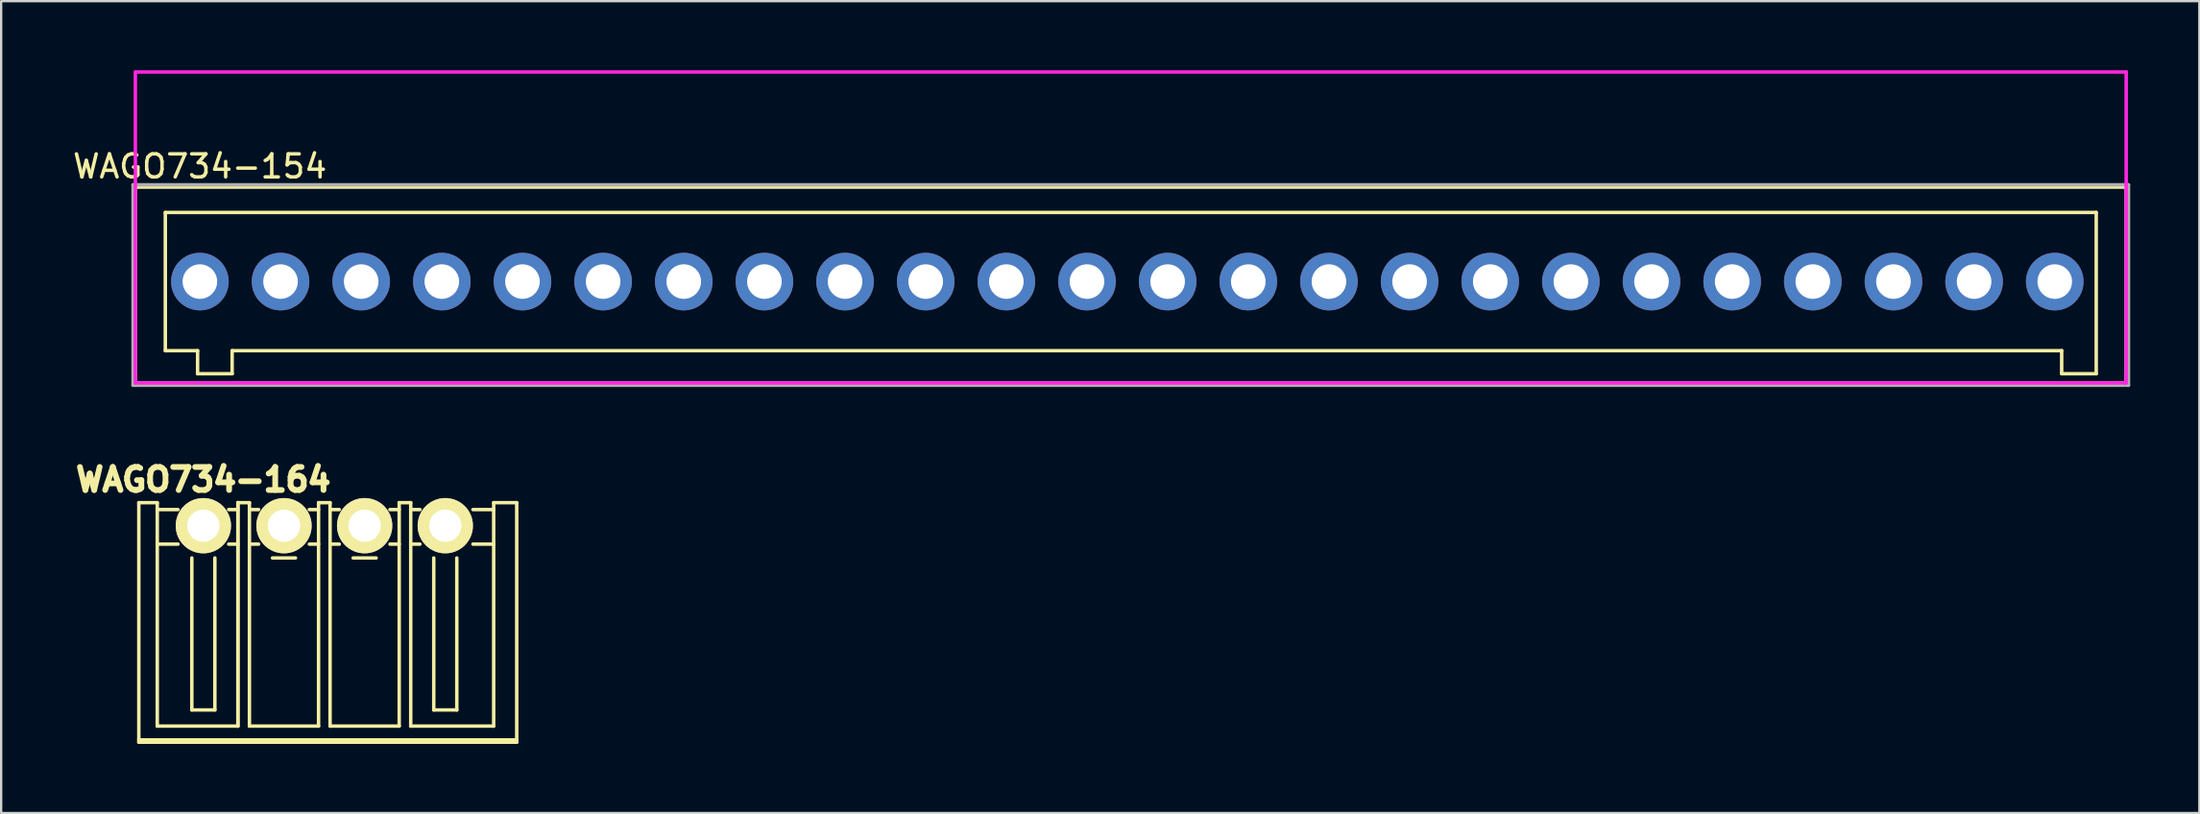
<source format=kicad_pcb>
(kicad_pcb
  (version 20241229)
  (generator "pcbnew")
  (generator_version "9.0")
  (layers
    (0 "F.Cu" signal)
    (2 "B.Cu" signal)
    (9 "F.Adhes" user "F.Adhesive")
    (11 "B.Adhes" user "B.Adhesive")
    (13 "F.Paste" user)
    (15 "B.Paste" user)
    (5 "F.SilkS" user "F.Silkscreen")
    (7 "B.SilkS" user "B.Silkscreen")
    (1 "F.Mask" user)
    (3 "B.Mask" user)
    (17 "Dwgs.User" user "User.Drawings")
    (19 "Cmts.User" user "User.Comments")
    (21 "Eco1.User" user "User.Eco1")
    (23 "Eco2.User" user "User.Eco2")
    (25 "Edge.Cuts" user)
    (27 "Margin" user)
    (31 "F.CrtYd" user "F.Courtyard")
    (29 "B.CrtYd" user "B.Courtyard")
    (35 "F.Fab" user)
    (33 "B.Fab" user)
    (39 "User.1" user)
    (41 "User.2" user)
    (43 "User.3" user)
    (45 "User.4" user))
  (footprint "WAGO734-154"
    (layer "F.Cu")
    (at 5.625 9.175)
    (property "Reference" "WAGO734-154" (at 0 -5 0) (layer "F.SilkS") (effects (font (size 1 1) (thickness 0.15))))
    (attr through_hole)
    (fp_line (start -2.8 4.4) (end -2.8 -4.1) (stroke (width 0.15) (type solid)) (layer "F.SilkS"))
    (fp_line (start -1.5 -3) (end -1.5 3) (stroke (width 0.15) (type solid)) (layer "F.SilkS"))
    (fp_line (start -1.5 3) (end -0.1 3) (stroke (width 0.15) (type solid)) (layer "F.SilkS"))
    (fp_line (start -0.1 3) (end -0.1 4) (stroke (width 0.15) (type solid)) (layer "F.SilkS"))
    (fp_line (start -0.1 4) (end 1.4 4) (stroke (width 0.15) (type solid)) (layer "F.SilkS"))
    (fp_line (start 1.4 3) (end 80.8 3) (stroke (width 0.15) (type solid)) (layer "F.SilkS"))
    (fp_line (start 1.4 4) (end 1.4 3) (stroke (width 0.15) (type solid)) (layer "F.SilkS"))
    (fp_line (start 80.8 3) (end 80.8 4) (stroke (width 0.15) (type solid)) (layer "F.SilkS"))
    (fp_line (start 80.8 4) (end 82.3 4) (stroke (width 0.15) (type solid)) (layer "F.SilkS"))
    (fp_line (start 82.3 -3) (end -1.5 -3) (stroke (width 0.15) (type solid)) (layer "F.SilkS"))
    (fp_line (start 82.3 4) (end 82.3 -3) (stroke (width 0.15) (type solid)) (layer "F.SilkS"))
    (fp_line (start 83.6 -4.1) (end -2.8 -4.1) (stroke (width 0.15) (type solid)) (layer "F.SilkS"))
    (fp_line (start 83.6 4.4) (end -2.8 4.4) (stroke (width 0.15) (type solid)) (layer "F.SilkS"))
    (fp_line (start 83.6 4.4) (end 83.6 -4.1) (stroke (width 0.15) (type solid)) (layer "F.SilkS"))
    (fp_line (start -2.8 -9.1) (end -2.8 4.4) (stroke (width 0.15) (type solid)) (layer "F.CrtYd"))
    (fp_line (start -2.8 4.4) (end 83.6 4.4) (stroke (width 0.15) (type solid)) (layer "F.CrtYd"))
    (fp_line (start 83.6 -9.1) (end -2.8 -9.1) (stroke (width 0.15) (type solid)) (layer "F.CrtYd"))
    (fp_line (start 83.6 4.4) (end 83.6 -9.1) (stroke (width 0.15) (type solid)) (layer "F.CrtYd"))
    (fp_line (start -2.9 -4.2) (end -2.9 4.5) (stroke (width 0.15) (type solid)) (layer "F.Fab"))
    (fp_line (start -2.9 4.5) (end 83.7 4.5) (stroke (width 0.15) (type solid)) (layer "F.Fab"))
    (fp_line (start 83.7 -4.2) (end -2.9 -4.2) (stroke (width 0.15) (type solid)) (layer "F.Fab"))
    (fp_line (start 83.7 4.5) (end 83.7 -4.2) (stroke (width 0.15) (type solid)) (layer "F.Fab"))
    (pad "1" thru_hole circle (at 0 0) (size 2.5 2.5) (drill 1.5) (layers "*.Cu" "*.Mask"))
    (pad "2" thru_hole circle (at 3.5 0) (size 2.5 2.5) (drill 1.5) (layers "*.Cu" "*.Mask"))
    (pad "3" thru_hole circle (at 7 0) (size 2.5 2.5) (drill 1.5) (layers "*.Cu" "*.Mask"))
    (pad "4" thru_hole circle (at 10.5 0) (size 2.5 2.5) (drill 1.5) (layers "*.Cu" "*.Mask"))
    (pad "5" thru_hole circle (at 14 0) (size 2.5 2.5) (drill 1.5) (layers "*.Cu" "*.Mask"))
    (pad "6" thru_hole circle (at 17.5 0) (size 2.5 2.5) (drill 1.5) (layers "*.Cu" "*.Mask"))
    (pad "7" thru_hole circle (at 21 0) (size 2.5 2.5) (drill 1.5) (layers "*.Cu" "*.Mask"))
    (pad "8" thru_hole circle (at 24.5 0) (size 2.5 2.5) (drill 1.5) (layers "*.Cu" "*.Mask"))
    (pad "9" thru_hole circle (at 28 0) (size 2.5 2.5) (drill 1.5) (layers "*.Cu" "*.Mask"))
    (pad "10" thru_hole circle (at 31.5 0) (size 2.5 2.5) (drill 1.5) (layers "*.Cu" "*.Mask"))
    (pad "11" thru_hole circle (at 35 0) (size 2.5 2.5) (drill 1.5) (layers "*.Cu" "*.Mask"))
    (pad "12" thru_hole circle (at 38.5 0) (size 2.5 2.5) (drill 1.5) (layers "*.Cu" "*.Mask"))
    (pad "13" thru_hole circle (at 42 0) (size 2.5 2.5) (drill 1.5) (layers "*.Cu" "*.Mask"))
    (pad "14" thru_hole circle (at 45.5 0) (size 2.5 2.5) (drill 1.5) (layers "*.Cu" "*.Mask"))
    (pad "15" thru_hole circle (at 49 0) (size 2.5 2.5) (drill 1.5) (layers "*.Cu" "*.Mask"))
    (pad "16" thru_hole circle (at 52.5 0) (size 2.5 2.5) (drill 1.5) (layers "*.Cu" "*.Mask"))
    (pad "17" thru_hole circle (at 56 0) (size 2.5 2.5) (drill 1.5) (layers "*.Cu" "*.Mask"))
    (pad "18" thru_hole circle (at 59.5 0) (size 2.5 2.5) (drill 1.5) (layers "*.Cu" "*.Mask"))
    (pad "19" thru_hole circle (at 63 0) (size 2.5 2.5) (drill 1.5) (layers "*.Cu" "*.Mask"))
    (pad "20" thru_hole circle (at 66.5 0) (size 2.5 2.5) (drill 1.5) (layers "*.Cu" "*.Mask"))
    (pad "21" thru_hole circle (at 70 0) (size 2.5 2.5) (drill 1.5) (layers "*.Cu" "*.Mask"))
    (pad "22" thru_hole circle (at 73.5 0) (size 2.5 2.5) (drill 1.5) (layers "*.Cu" "*.Mask"))
    (pad "23" thru_hole circle (at 77 0) (size 2.5 2.5) (drill 1.5) (layers "*.Cu" "*.Mask"))
    (pad "24" thru_hole circle (at 80.5 0) (size 2.5 2.5) (drill 1.5) (layers "*.Cu" "*.Mask")))
  (footprint "WAGO734-164"
    (layer "F.Cu")
    (at 5.775 19.774)
    (property "Reference" "WAGO734-164" (at 0 -2 0) (layer "F.SilkS") (effects (font (size 1 1) (thickness 0.25))))
    (attr through_hole)
    (fp_line (start -2.8 -1) (end -2 -1) (stroke (width 0.15) (type solid)) (layer "F.SilkS"))
    (fp_line (start -2.8 9.3) (end 13.6 9.3) (stroke (width 0.15) (type solid)) (layer "F.SilkS"))
    (fp_line (start -2.8 9.4) (end -2.8 -1) (stroke (width 0.15) (type solid)) (layer "F.SilkS"))
    (fp_line (start -2.8 9.4) (end 13.6 9.4) (stroke (width 0.15) (type solid)) (layer "F.SilkS"))
    (fp_line (start -2 -1) (end -2 8.7) (stroke (width 0.15) (type solid)) (layer "F.SilkS"))
    (fp_line (start -2 -0.7) (end -1.1 -0.7) (stroke (width 0.15) (type solid)) (layer "F.SilkS"))
    (fp_line (start -2 0.8) (end -1.1 0.8) (stroke (width 0.15) (type solid)) (layer "F.SilkS"))
    (fp_line (start -0.5 1.4) (end -0.5 8) (stroke (width 0.15) (type solid)) (layer "F.SilkS"))
    (fp_line (start -0.5 8) (end 0.5 8) (stroke (width 0.15) (type solid)) (layer "F.SilkS"))
    (fp_line (start 0.5 8) (end 0.5 1.4) (stroke (width 0.15) (type solid)) (layer "F.SilkS"))
    (fp_line (start 1.1 -0.7) (end 1.5 -0.7) (stroke (width 0.15) (type solid)) (layer "F.SilkS"))
    (fp_line (start 1.5 -1) (end 1.5 8.7) (stroke (width 0.15) (type solid)) (layer "F.SilkS"))
    (fp_line (start 1.5 -1) (end 1.5 8.7) (stroke (width 0.15) (type solid)) (layer "F.SilkS"))
    (fp_line (start 1.5 -1) (end 2 -1) (stroke (width 0.15) (type solid)) (layer "F.SilkS"))
    (fp_line (start 1.5 0.8) (end 1.1 0.8) (stroke (width 0.15) (type solid)) (layer "F.SilkS"))
    (fp_line (start 1.5 8.7) (end -2 8.7) (stroke (width 0.15) (type solid)) (layer "F.SilkS"))
    (fp_line (start 2 -1) (end 2 8.7) (stroke (width 0.15) (type solid)) (layer "F.SilkS"))
    (fp_line (start 2 -0.7) (end 2.4 -0.7) (stroke (width 0.15) (type solid)) (layer "F.SilkS"))
    (fp_line (start 2 0.8) (end 2.4 0.8) (stroke (width 0.15) (type solid)) (layer "F.SilkS"))
    (fp_line (start 3 1.4) (end 4 1.4) (stroke (width 0.15) (type solid)) (layer "F.SilkS"))
    (fp_line (start 5 -1) (end 5 8.7) (stroke (width 0.15) (type solid)) (layer "F.SilkS"))
    (fp_line (start 5 -1) (end 5.5 -1) (stroke (width 0.15) (type solid)) (layer "F.SilkS"))
    (fp_line (start 5 -0.7) (end 4.6 -0.7) (stroke (width 0.15) (type solid)) (layer "F.SilkS"))
    (fp_line (start 5 0.8) (end 4.6 0.8) (stroke (width 0.15) (type solid)) (layer "F.SilkS"))
    (fp_line (start 5 8.7) (end 2 8.7) (stroke (width 0.15) (type solid)) (layer "F.SilkS"))
    (fp_line (start 5.5 -1) (end 5.5 8.7) (stroke (width 0.15) (type solid)) (layer "F.SilkS"))
    (fp_line (start 5.5 -0.7) (end 5.9 -0.7) (stroke (width 0.15) (type solid)) (layer "F.SilkS"))
    (fp_line (start 5.5 0.8) (end 5.9 0.8) (stroke (width 0.15) (type solid)) (layer "F.SilkS"))
    (fp_line (start 6.5 1.4) (end 7.5 1.4) (stroke (width 0.15) (type solid)) (layer "F.SilkS"))
    (fp_line (start 8.5 -1) (end 8.5 8.7) (stroke (width 0.15) (type solid)) (layer "F.SilkS"))
    (fp_line (start 8.5 -1) (end 9 -1) (stroke (width 0.15) (type solid)) (layer "F.SilkS"))
    (fp_line (start 8.5 -0.7) (end 8.1 -0.7) (stroke (width 0.15) (type solid)) (layer "F.SilkS"))
    (fp_line (start 8.5 0.8) (end 8.1 0.8) (stroke (width 0.15) (type solid)) (layer "F.SilkS"))
    (fp_line (start 8.5 8.7) (end 5.5 8.7) (stroke (width 0.15) (type solid)) (layer "F.SilkS"))
    (fp_line (start 9 -1) (end 9 8.7) (stroke (width 0.15) (type solid)) (layer "F.SilkS"))
    (fp_line (start 9 -0.7) (end 9.4 -0.7) (stroke (width 0.15) (type solid)) (layer "F.SilkS"))
    (fp_line (start 9 0.8) (end 9.4 0.8) (stroke (width 0.15) (type solid)) (layer "F.SilkS"))
    (fp_line (start 9 8.7) (end 12.6 8.7) (stroke (width 0.15) (type solid)) (layer "F.SilkS"))
    (fp_line (start 10 1.4) (end 10 8) (stroke (width 0.15) (type solid)) (layer "F.SilkS"))
    (fp_line (start 10 8) (end 11 8) (stroke (width 0.15) (type solid)) (layer "F.SilkS"))
    (fp_line (start 11 8) (end 11 1.4) (stroke (width 0.15) (type solid)) (layer "F.SilkS"))
    (fp_line (start 12.6 -1) (end 13.6 -1) (stroke (width 0.15) (type solid)) (layer "F.SilkS"))
    (fp_line (start 12.6 -0.7) (end 11.7 -0.7) (stroke (width 0.15) (type solid)) (layer "F.SilkS"))
    (fp_line (start 12.6 0.8) (end 11.7 0.8) (stroke (width 0.15) (type solid)) (layer "F.SilkS"))
    (fp_line (start 12.6 8.7) (end 12.6 -1) (stroke (width 0.15) (type solid)) (layer "F.SilkS"))
    (fp_line (start 13.6 9.4) (end 13.6 -1) (stroke (width 0.15) (type solid)) (layer "F.SilkS"))
    (pad "1" thru_hole circle (at 0 0) (size 2.4 2.4) (drill 1.4) (layers "*.Cu" "*.Mask" "F.SilkS"))
    (pad "2" thru_hole circle (at 3.5 0) (size 2.4 2.4) (drill 1.4) (layers "*.Cu" "*.Mask" "F.SilkS"))
    (pad "3" thru_hole circle (at 7 0) (size 2.4 2.4) (drill 1.4) (layers "*.Cu" "*.Mask" "F.SilkS"))
    (pad "4" thru_hole circle (at 10.5 0) (size 2.4 2.4) (drill 1.4) (layers "*.Cu" "*.Mask" "F.SilkS")))
  (gr_rect
    (start -3 -3)
    (end 92.4 32.249)
    (stroke (width 0.1) (type default))
    (fill no)
    (layer "Edge.Cuts")))
</source>
